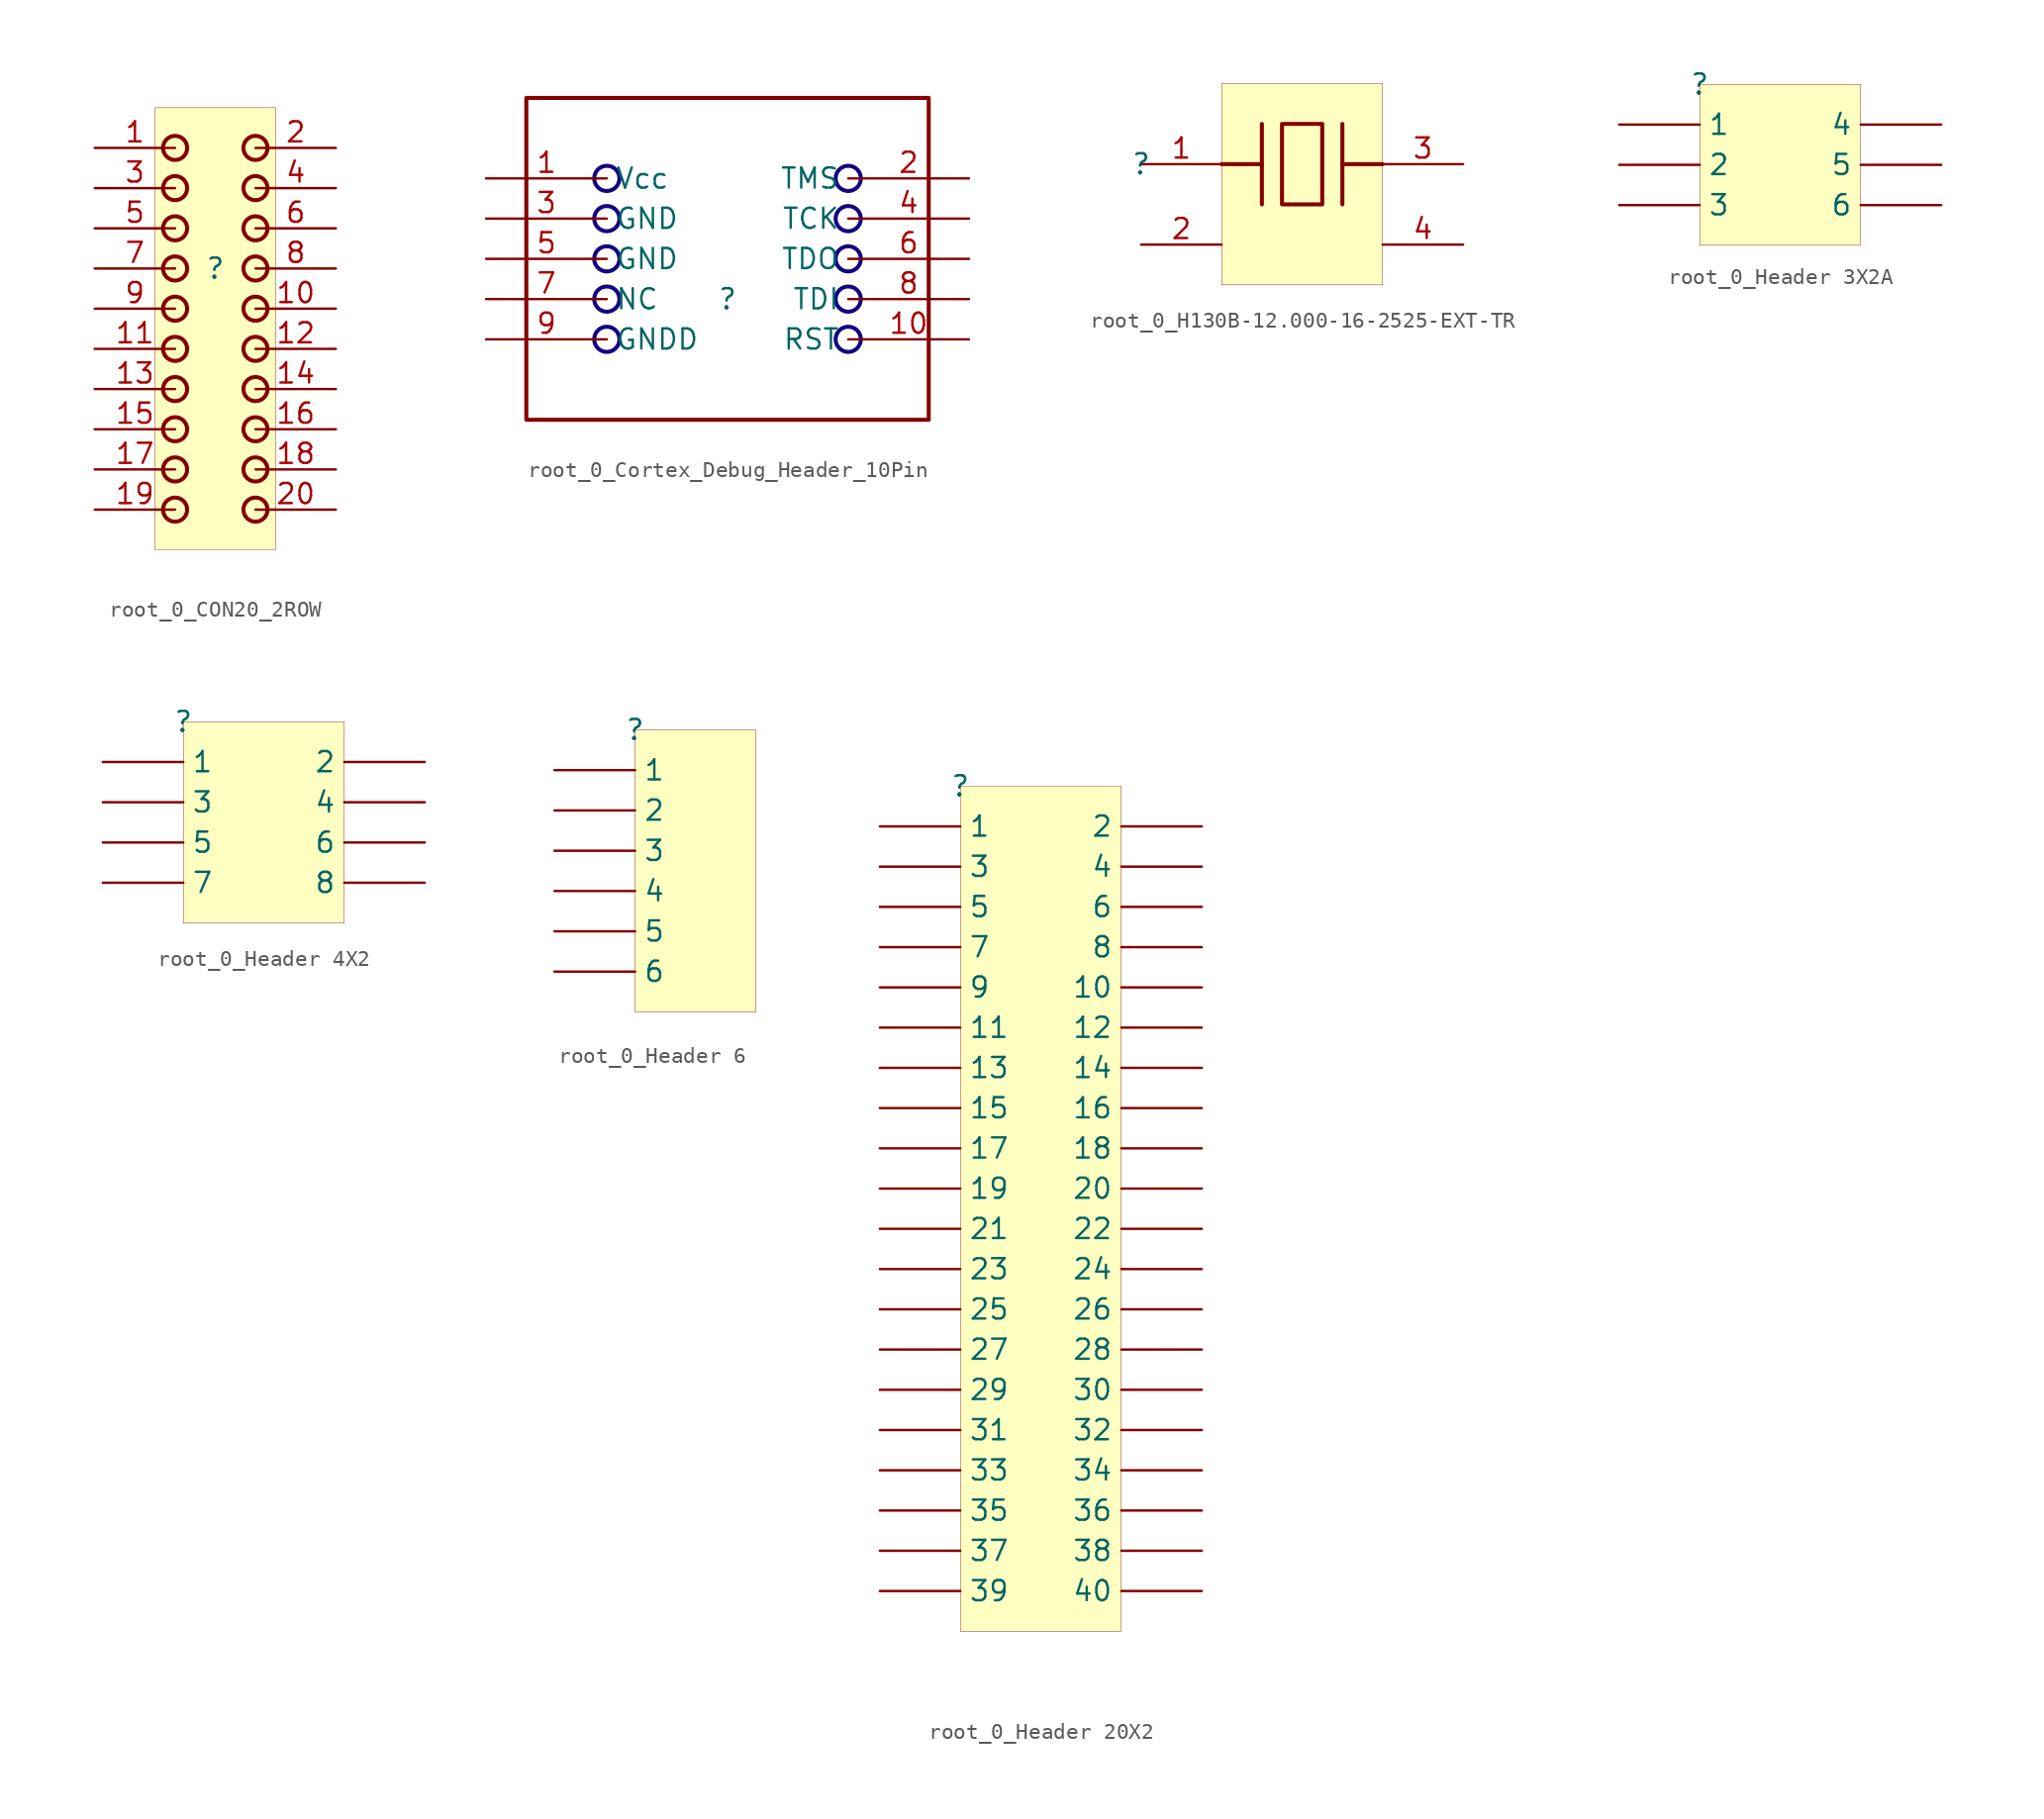
<source format=kicad_sym>
(kicad_symbol_lib
  (version 20231120)
  (generator "kicad_symbol_editor")
  (generator_version "8.0")
  (symbol "root_0_CON20_2ROW"
    (property "Reference" ""
      (at 0 0 0)
      (effects (font (size 1.27 1.27))))
    (property "Value" ""
      (at 0 0 0)
      (effects (font (size 1.27 1.27))))
    (symbol "root_0_CON20_2ROW_1_0"
      (circle (center -2.54 -15.24) (radius 0.762) (stroke (width 0.254) (type solid)) (fill (type none)))
      (circle (center -2.54 -12.7) (radius 0.762) (stroke (width 0.254) (type solid)) (fill (type none)))
      (circle (center -2.54 -10.16) (radius 0.762) (stroke (width 0.254) (type solid)) (fill (type none)))
      (circle (center -2.54 -7.62) (radius 0.762) (stroke (width 0.254) (type solid)) (fill (type none)))
      (circle (center -2.54 -5.08) (radius 0.762) (stroke (width 0.254) (type solid)) (fill (type none)))
      (circle (center -2.54 -2.54) (radius 0.762) (stroke (width 0.254) (type solid)) (fill (type none)))
      (circle (center -2.54 0) (radius 0.762) (stroke (width 0.254) (type solid)) (fill (type none)))
      (circle (center -2.54 2.54) (radius 0.762) (stroke (width 0.254) (type solid)) (fill (type none)))
      (circle (center -2.54 5.08) (radius 0.762) (stroke (width 0.254) (type solid)) (fill (type none)))
      (circle (center -2.54 7.62) (radius 0.762) (stroke (width 0.254) (type solid)) (fill (type none)))
      (circle (center 2.54 -15.24) (radius 0.762) (stroke (width 0.254) (type solid)) (fill (type none)))
      (circle (center 2.54 -12.7) (radius 0.762) (stroke (width 0.254) (type solid)) (fill (type none)))
      (circle (center 2.54 -10.16) (radius 0.762) (stroke (width 0.254) (type solid)) (fill (type none)))
      (circle (center 2.54 -7.62) (radius 0.762) (stroke (width 0.254) (type solid)) (fill (type none)))
      (circle (center 2.54 -5.08) (radius 0.762) (stroke (width 0.254) (type solid)) (fill (type none)))
      (circle (center 2.54 -2.54) (radius 0.762) (stroke (width 0.254) (type solid)) (fill (type none)))
      (circle (center 2.54 0) (radius 0.762) (stroke (width 0.254) (type solid)) (fill (type none)))
      (circle (center 2.54 2.54) (radius 0.762) (stroke (width 0.254) (type solid)) (fill (type none)))
      (circle (center 2.54 5.08) (radius 0.762) (stroke (width 0.254) (type solid)) (fill (type none)))
      (circle (center 2.54 7.62) (radius 0.762) (stroke (width 0.254) (type solid)) (fill (type none)))
      (rectangle (start 3.81 10.16) (end -3.81 -17.78) (stroke (width 0.025) (type solid) (color 128 0 0 1)) (fill (type background)))
      (pin passive line (at -7.62 7.62 0) (length 5.08) (name "1" (effects (font (size 0 0)))) (number "1" (effects (font (size 1.27 1.27)))))
      (pin passive line (at 7.62 -2.54 180) (length 5.08) (name "10" (effects (font (size 0 0)))) (number "10" (effects (font (size 1.27 1.27)))))
      (pin passive line (at -7.62 -5.08 0) (length 5.08) (name "9" (effects (font (size 0 0)))) (number "11" (effects (font (size 1.27 1.27)))))
      (pin passive line (at 7.62 -5.08 180) (length 5.08) (name "10" (effects (font (size 0 0)))) (number "12" (effects (font (size 1.27 1.27)))))
      (pin passive line (at -7.62 -7.62 0) (length 5.08) (name "9" (effects (font (size 0 0)))) (number "13" (effects (font (size 1.27 1.27)))))
      (pin passive line (at 7.62 -7.62 180) (length 5.08) (name "10" (effects (font (size 0 0)))) (number "14" (effects (font (size 1.27 1.27)))))
      (pin passive line (at -7.62 -10.16 0) (length 5.08) (name "9" (effects (font (size 0 0)))) (number "15" (effects (font (size 1.27 1.27)))))
      (pin passive line (at 7.62 -10.16 180) (length 5.08) (name "10" (effects (font (size 0 0)))) (number "16" (effects (font (size 1.27 1.27)))))
      (pin passive line (at -7.62 -12.7 0) (length 5.08) (name "9" (effects (font (size 0 0)))) (number "17" (effects (font (size 1.27 1.27)))))
      (pin passive line (at 7.62 -12.7 180) (length 5.08) (name "10" (effects (font (size 0 0)))) (number "18" (effects (font (size 1.27 1.27)))))
      (pin passive line (at -7.62 -15.24 0) (length 5.08) (name "9" (effects (font (size 0 0)))) (number "19" (effects (font (size 1.27 1.27)))))
      (pin passive line (at 7.62 7.62 180) (length 5.08) (name "2" (effects (font (size 0 0)))) (number "2" (effects (font (size 1.27 1.27)))))
      (pin passive line (at 7.62 -15.24 180) (length 5.08) (name "10" (effects (font (size 0 0)))) (number "20" (effects (font (size 1.27 1.27)))))
      (pin passive line (at -7.62 5.08 0) (length 5.08) (name "3" (effects (font (size 0 0)))) (number "3" (effects (font (size 1.27 1.27)))))
      (pin passive line (at 7.62 5.08 180) (length 5.08) (name "4" (effects (font (size 0 0)))) (number "4" (effects (font (size 1.27 1.27)))))
      (pin passive line (at -7.62 2.54 0) (length 5.08) (name "5" (effects (font (size 0 0)))) (number "5" (effects (font (size 1.27 1.27)))))
      (pin passive line (at 7.62 2.54 180) (length 5.08) (name "6" (effects (font (size 0 0)))) (number "6" (effects (font (size 1.27 1.27)))))
      (pin passive line (at -7.62 0 0) (length 5.08) (name "7" (effects (font (size 0 0)))) (number "7" (effects (font (size 1.27 1.27)))))
      (pin passive line (at 7.62 0 180) (length 5.08) (name "8" (effects (font (size 0 0)))) (number "8" (effects (font (size 1.27 1.27)))))
      (pin passive line (at -7.62 -2.54 0) (length 5.08) (name "9" (effects (font (size 0 0)))) (number "9" (effects (font (size 1.27 1.27)))))))
  (symbol "root_0_Cortex_Debug_Header_10Pin"
    (property "Reference" ""
      (at 0 0 0)
      (effects (font (size 1.27 1.27))))
    (property "Value" ""
      (at 0 0 0)
      (effects (font (size 1.27 1.27))))
    (symbol "root_0_Cortex_Debug_Header_10Pin_1_0"
      (circle (center -7.62 -2.54) (radius 0.796) (stroke (width 0.254) (type solid) (color 17 3 127 1)) (fill (type none)))
      (circle (center -7.62 0) (radius 0.796) (stroke (width 0.254) (type solid) (color 17 3 127 1)) (fill (type none)))
      (circle (center -7.62 2.54) (radius 0.796) (stroke (width 0.254) (type solid) (color 17 3 127 1)) (fill (type none)))
      (circle (center -7.62 5.08) (radius 0.796) (stroke (width 0.254) (type solid) (color 17 3 127 1)) (fill (type none)))
      (circle (center -7.62 7.62) (radius 0.796) (stroke (width 0.254) (type solid) (color 17 3 127 1)) (fill (type none)))
      (polyline (pts (xy -12.7 12.7) (xy -12.7 -7.62) (xy 12.7 -7.62) (xy 12.7 12.7) (xy -12.7 12.7)) (stroke (width 0.254) (type solid)) (fill (type none)))
      (circle (center 7.62 -2.54) (radius 0.796) (stroke (width 0.254) (type solid) (color 17 3 127 1)) (fill (type none)))
      (circle (center 7.62 0) (radius 0.796) (stroke (width 0.254) (type solid) (color 17 3 127 1)) (fill (type none)))
      (circle (center 7.62 2.54) (radius 0.796) (stroke (width 0.254) (type solid) (color 17 3 127 1)) (fill (type none)))
      (circle (center 7.62 5.08) (radius 0.796) (stroke (width 0.254) (type solid) (color 17 3 127 1)) (fill (type none)))
      (circle (center 7.62 7.62) (radius 0.796) (stroke (width 0.254) (type solid) (color 17 3 127 1)) (fill (type none)))
      (pin passive line (at -15.24 7.62 0) (length 7.62) (name "Vcc" (effects (font (size 1.27 1.27)))) (number "1" (effects (font (size 1.27 1.27)))))
      (pin passive line (at 15.24 -2.54 180) (length 7.62) (name "RST" (effects (font (size 1.27 1.27)))) (number "10" (effects (font (size 1.27 1.27)))))
      (pin passive line (at 15.24 7.62 180) (length 7.62) (name "TMS" (effects (font (size 1.27 1.27)))) (number "2" (effects (font (size 1.27 1.27)))))
      (pin passive line (at -15.24 5.08 0) (length 7.62) (name "GND" (effects (font (size 1.27 1.27)))) (number "3" (effects (font (size 1.27 1.27)))))
      (pin passive line (at 15.24 5.08 180) (length 7.62) (name "TCK" (effects (font (size 1.27 1.27)))) (number "4" (effects (font (size 1.27 1.27)))))
      (pin passive line (at -15.24 2.54 0) (length 7.62) (name "GND" (effects (font (size 1.27 1.27)))) (number "5" (effects (font (size 1.27 1.27)))))
      (pin passive line (at 15.24 2.54 180) (length 7.62) (name "TDO" (effects (font (size 1.27 1.27)))) (number "6" (effects (font (size 1.27 1.27)))))
      (pin passive line (at -15.24 0 0) (length 7.62) (name "NC" (effects (font (size 1.27 1.27)))) (number "7" (effects (font (size 1.27 1.27)))))
      (pin passive line (at 15.24 0 180) (length 7.62) (name "TDI" (effects (font (size 1.27 1.27)))) (number "8" (effects (font (size 1.27 1.27)))))
      (pin passive line (at -15.24 -2.54 0) (length 7.62) (name "GNDD" (effects (font (size 1.27 1.27)))) (number "9" (effects (font (size 1.27 1.27)))))))
  (symbol "root_0_H130B-12.000-16-2525-EXT-TR"
    (property "Reference" ""
      (at 0 0 0)
      (effects (font (size 1.27 1.27))))
    (property "Value" ""
      (at 0 0 0)
      (effects (font (size 1.27 1.27))))
    (symbol "root_0_H130B-12.000-16-2525-EXT-TR_1_0"
      (polyline (pts (xy 5.08 0) (xy 7.62 0)) (stroke (width 0.254) (type solid)) (fill (type none)))
      (polyline (pts (xy 7.62 2.54) (xy 7.62 -2.54)) (stroke (width 0.254) (type solid)) (fill (type none)))
      (polyline (pts (xy 12.7 0) (xy 15.24 0)) (stroke (width 0.254) (type solid)) (fill (type none)))
      (polyline (pts (xy 12.7 2.54) (xy 12.7 -2.54)) (stroke (width 0.254) (type solid)) (fill (type none)))
      (polyline (pts (xy 8.89 2.54) (xy 8.89 -2.54) (xy 11.43 -2.54) (xy 11.43 2.54) (xy 8.89 2.54)) (stroke (width 0.254) (type solid)) (fill (type none)))
      (rectangle (start 15.24 5.08) (end 5.08 -7.62) (stroke (width 0.025) (type solid) (color 128 0 0 1)) (fill (type background)))
      (pin passive line (at 0 0 0) (length 5.08) (name "1" (effects (font (size 0 0)))) (number "1" (effects (font (size 1.27 1.27)))))
      (pin passive line (at 0 -5.08 0) (length 5.08) (name "2" (effects (font (size 0 0)))) (number "2" (effects (font (size 1.27 1.27)))))
      (pin passive line (at 20.32 0 180) (length 5.08) (name "3" (effects (font (size 0 0)))) (number "3" (effects (font (size 1.27 1.27)))))
      (pin passive line (at 20.32 -5.08 180) (length 5.08) (name "4" (effects (font (size 0 0)))) (number "4" (effects (font (size 1.27 1.27)))))))
  (symbol "root_0_Header 3X2A"
    (property "Reference" ""
      (at 0 0 0)
      (effects (font (size 1.27 1.27))))
    (property "Value" ""
      (at 0 0 0)
      (effects (font (size 1.27 1.27))))
    (symbol "root_0_Header 3X2A_1_0"
      (rectangle (start 10.16 0) (end 0 -10.16) (stroke (width 0.025) (type solid) (color 128 0 0 1)) (fill (type background)))
      (pin passive line (at -5.08 -2.54 0) (length 5.08) (name "1" (effects (font (size 1.27 1.27)))) (number "1" (effects (font (size 0 0)))))
      (pin passive line (at -5.08 -5.08 0) (length 5.08) (name "2" (effects (font (size 1.27 1.27)))) (number "2" (effects (font (size 0 0)))))
      (pin passive line (at -5.08 -7.62 0) (length 5.08) (name "3" (effects (font (size 1.27 1.27)))) (number "3" (effects (font (size 0 0)))))
      (pin passive line (at 15.24 -2.54 180) (length 5.08) (name "4" (effects (font (size 1.27 1.27)))) (number "4" (effects (font (size 0 0)))))
      (pin passive line (at 15.24 -5.08 180) (length 5.08) (name "5" (effects (font (size 1.27 1.27)))) (number "5" (effects (font (size 0 0)))))
      (pin passive line (at 15.24 -7.62 180) (length 5.08) (name "6" (effects (font (size 1.27 1.27)))) (number "6" (effects (font (size 0 0)))))))
  (symbol "root_0_Header 4X2"
    (property "Reference" ""
      (at 0 0 0)
      (effects (font (size 1.27 1.27))))
    (property "Value" ""
      (at 0 0 0)
      (effects (font (size 1.27 1.27))))
    (symbol "root_0_Header 4X2_1_0"
      (rectangle (start 10.16 0) (end 0 -12.7) (stroke (width 0.025) (type solid) (color 128 0 0 1)) (fill (type background)))
      (pin passive line (at -5.08 -2.54 0) (length 5.08) (name "1" (effects (font (size 1.27 1.27)))) (number "1" (effects (font (size 0 0)))))
      (pin passive line (at 15.24 -2.54 180) (length 5.08) (name "2" (effects (font (size 1.27 1.27)))) (number "2" (effects (font (size 0 0)))))
      (pin passive line (at -5.08 -5.08 0) (length 5.08) (name "3" (effects (font (size 1.27 1.27)))) (number "3" (effects (font (size 0 0)))))
      (pin passive line (at 15.24 -5.08 180) (length 5.08) (name "4" (effects (font (size 1.27 1.27)))) (number "4" (effects (font (size 0 0)))))
      (pin passive line (at -5.08 -7.62 0) (length 5.08) (name "5" (effects (font (size 1.27 1.27)))) (number "5" (effects (font (size 0 0)))))
      (pin passive line (at 15.24 -7.62 180) (length 5.08) (name "6" (effects (font (size 1.27 1.27)))) (number "6" (effects (font (size 0 0)))))
      (pin passive line (at -5.08 -10.16 0) (length 5.08) (name "7" (effects (font (size 1.27 1.27)))) (number "7" (effects (font (size 0 0)))))
      (pin passive line (at 15.24 -10.16 180) (length 5.08) (name "8" (effects (font (size 1.27 1.27)))) (number "8" (effects (font (size 0 0)))))))
  (symbol "root_0_Header 6"
    (property "Reference" ""
      (at 0 0 0)
      (effects (font (size 1.27 1.27))))
    (property "Value" ""
      (at 0 0 0)
      (effects (font (size 1.27 1.27))))
    (symbol "root_0_Header 6_1_0"
      (rectangle (start 7.62 0) (end 0 -17.78) (stroke (width 0.025) (type solid) (color 128 0 0 1)) (fill (type background)))
      (pin passive line (at -5.08 -2.54 0) (length 5.08) (name "1" (effects (font (size 1.27 1.27)))) (number "1" (effects (font (size 0 0)))))
      (pin passive line (at -5.08 -5.08 0) (length 5.08) (name "2" (effects (font (size 1.27 1.27)))) (number "2" (effects (font (size 0 0)))))
      (pin passive line (at -5.08 -7.62 0) (length 5.08) (name "3" (effects (font (size 1.27 1.27)))) (number "3" (effects (font (size 0 0)))))
      (pin passive line (at -5.08 -10.16 0) (length 5.08) (name "4" (effects (font (size 1.27 1.27)))) (number "4" (effects (font (size 0 0)))))
      (pin passive line (at -5.08 -12.7 0) (length 5.08) (name "5" (effects (font (size 1.27 1.27)))) (number "5" (effects (font (size 0 0)))))
      (pin passive line (at -5.08 -15.24 0) (length 5.08) (name "6" (effects (font (size 1.27 1.27)))) (number "6" (effects (font (size 0 0)))))))
  (symbol "root_0_Header 20X2"
    (property "Reference" ""
      (at 0 0 0)
      (effects (font (size 1.27 1.27))))
    (property "Value" ""
      (at 0 0 0)
      (effects (font (size 1.27 1.27))))
    (symbol "root_0_Header 20X2_1_0"
      (rectangle (start 10.16 0) (end 0 -53.34) (stroke (width 0.025) (type solid) (color 128 0 0 1)) (fill (type background)))
      (pin passive line (at -5.08 -2.54 0) (length 5.08) (name "1" (effects (font (size 1.27 1.27)))) (number "1" (effects (font (size 0 0)))))
      (pin passive line (at 15.24 -12.7 180) (length 5.08) (name "10" (effects (font (size 1.27 1.27)))) (number "10" (effects (font (size 0 0)))))
      (pin passive line (at -5.08 -15.24 0) (length 5.08) (name "11" (effects (font (size 1.27 1.27)))) (number "11" (effects (font (size 0 0)))))
      (pin passive line (at 15.24 -15.24 180) (length 5.08) (name "12" (effects (font (size 1.27 1.27)))) (number "12" (effects (font (size 0 0)))))
      (pin passive line (at -5.08 -17.78 0) (length 5.08) (name "13" (effects (font (size 1.27 1.27)))) (number "13" (effects (font (size 0 0)))))
      (pin passive line (at 15.24 -17.78 180) (length 5.08) (name "14" (effects (font (size 1.27 1.27)))) (number "14" (effects (font (size 0 0)))))
      (pin passive line (at -5.08 -20.32 0) (length 5.08) (name "15" (effects (font (size 1.27 1.27)))) (number "15" (effects (font (size 0 0)))))
      (pin passive line (at 15.24 -20.32 180) (length 5.08) (name "16" (effects (font (size 1.27 1.27)))) (number "16" (effects (font (size 0 0)))))
      (pin passive line (at -5.08 -22.86 0) (length 5.08) (name "17" (effects (font (size 1.27 1.27)))) (number "17" (effects (font (size 0 0)))))
      (pin passive line (at 15.24 -22.86 180) (length 5.08) (name "18" (effects (font (size 1.27 1.27)))) (number "18" (effects (font (size 0 0)))))
      (pin passive line (at -5.08 -25.4 0) (length 5.08) (name "19" (effects (font (size 1.27 1.27)))) (number "19" (effects (font (size 0 0)))))
      (pin passive line (at 15.24 -2.54 180) (length 5.08) (name "2" (effects (font (size 1.27 1.27)))) (number "2" (effects (font (size 0 0)))))
      (pin passive line (at 15.24 -25.4 180) (length 5.08) (name "20" (effects (font (size 1.27 1.27)))) (number "20" (effects (font (size 0 0)))))
      (pin passive line (at -5.08 -27.94 0) (length 5.08) (name "21" (effects (font (size 1.27 1.27)))) (number "21" (effects (font (size 0 0)))))
      (pin passive line (at 15.24 -27.94 180) (length 5.08) (name "22" (effects (font (size 1.27 1.27)))) (number "22" (effects (font (size 0 0)))))
      (pin passive line (at -5.08 -30.48 0) (length 5.08) (name "23" (effects (font (size 1.27 1.27)))) (number "23" (effects (font (size 0 0)))))
      (pin passive line (at 15.24 -30.48 180) (length 5.08) (name "24" (effects (font (size 1.27 1.27)))) (number "24" (effects (font (size 0 0)))))
      (pin passive line (at -5.08 -33.02 0) (length 5.08) (name "25" (effects (font (size 1.27 1.27)))) (number "25" (effects (font (size 0 0)))))
      (pin passive line (at 15.24 -33.02 180) (length 5.08) (name "26" (effects (font (size 1.27 1.27)))) (number "26" (effects (font (size 0 0)))))
      (pin passive line (at -5.08 -35.56 0) (length 5.08) (name "27" (effects (font (size 1.27 1.27)))) (number "27" (effects (font (size 0 0)))))
      (pin passive line (at 15.24 -35.56 180) (length 5.08) (name "28" (effects (font (size 1.27 1.27)))) (number "28" (effects (font (size 0 0)))))
      (pin passive line (at -5.08 -38.1 0) (length 5.08) (name "29" (effects (font (size 1.27 1.27)))) (number "29" (effects (font (size 0 0)))))
      (pin passive line (at -5.08 -5.08 0) (length 5.08) (name "3" (effects (font (size 1.27 1.27)))) (number "3" (effects (font (size 0 0)))))
      (pin passive line (at 15.24 -38.1 180) (length 5.08) (name "30" (effects (font (size 1.27 1.27)))) (number "30" (effects (font (size 0 0)))))
      (pin passive line (at -5.08 -40.64 0) (length 5.08) (name "31" (effects (font (size 1.27 1.27)))) (number "31" (effects (font (size 0 0)))))
      (pin passive line (at 15.24 -40.64 180) (length 5.08) (name "32" (effects (font (size 1.27 1.27)))) (number "32" (effects (font (size 0 0)))))
      (pin passive line (at -5.08 -43.18 0) (length 5.08) (name "33" (effects (font (size 1.27 1.27)))) (number "33" (effects (font (size 0 0)))))
      (pin passive line (at 15.24 -43.18 180) (length 5.08) (name "34" (effects (font (size 1.27 1.27)))) (number "34" (effects (font (size 0 0)))))
      (pin passive line (at -5.08 -45.72 0) (length 5.08) (name "35" (effects (font (size 1.27 1.27)))) (number "35" (effects (font (size 0 0)))))
      (pin passive line (at 15.24 -45.72 180) (length 5.08) (name "36" (effects (font (size 1.27 1.27)))) (number "36" (effects (font (size 0 0)))))
      (pin passive line (at -5.08 -48.26 0) (length 5.08) (name "37" (effects (font (size 1.27 1.27)))) (number "37" (effects (font (size 0 0)))))
      (pin passive line (at 15.24 -48.26 180) (length 5.08) (name "38" (effects (font (size 1.27 1.27)))) (number "38" (effects (font (size 0 0)))))
      (pin passive line (at -5.08 -50.8 0) (length 5.08) (name "39" (effects (font (size 1.27 1.27)))) (number "39" (effects (font (size 0 0)))))
      (pin passive line (at 15.24 -5.08 180) (length 5.08) (name "4" (effects (font (size 1.27 1.27)))) (number "4" (effects (font (size 0 0)))))
      (pin passive line (at 15.24 -50.8 180) (length 5.08) (name "40" (effects (font (size 1.27 1.27)))) (number "40" (effects (font (size 0 0)))))
      (pin passive line (at -5.08 -7.62 0) (length 5.08) (name "5" (effects (font (size 1.27 1.27)))) (number "5" (effects (font (size 0 0)))))
      (pin passive line (at 15.24 -7.62 180) (length 5.08) (name "6" (effects (font (size 1.27 1.27)))) (number "6" (effects (font (size 0 0)))))
      (pin passive line (at -5.08 -10.16 0) (length 5.08) (name "7" (effects (font (size 1.27 1.27)))) (number "7" (effects (font (size 0 0)))))
      (pin passive line (at 15.24 -10.16 180) (length 5.08) (name "8" (effects (font (size 1.27 1.27)))) (number "8" (effects (font (size 0 0)))))
      (pin passive line (at -5.08 -12.7 0) (length 5.08) (name "9" (effects (font (size 1.27 1.27)))) (number "9" (effects (font (size 0 0))))))))
</source>
